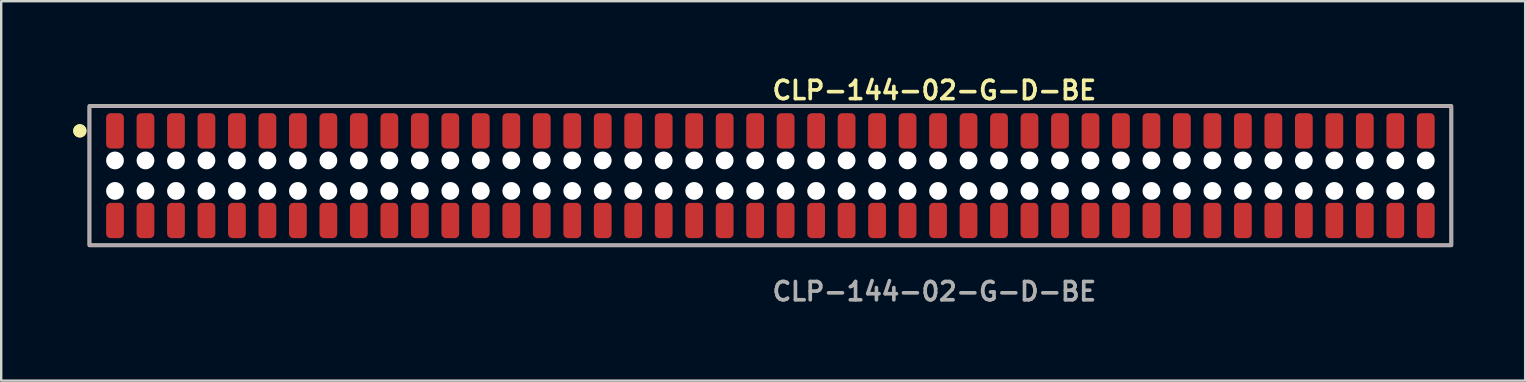
<source format=kicad_pcb>
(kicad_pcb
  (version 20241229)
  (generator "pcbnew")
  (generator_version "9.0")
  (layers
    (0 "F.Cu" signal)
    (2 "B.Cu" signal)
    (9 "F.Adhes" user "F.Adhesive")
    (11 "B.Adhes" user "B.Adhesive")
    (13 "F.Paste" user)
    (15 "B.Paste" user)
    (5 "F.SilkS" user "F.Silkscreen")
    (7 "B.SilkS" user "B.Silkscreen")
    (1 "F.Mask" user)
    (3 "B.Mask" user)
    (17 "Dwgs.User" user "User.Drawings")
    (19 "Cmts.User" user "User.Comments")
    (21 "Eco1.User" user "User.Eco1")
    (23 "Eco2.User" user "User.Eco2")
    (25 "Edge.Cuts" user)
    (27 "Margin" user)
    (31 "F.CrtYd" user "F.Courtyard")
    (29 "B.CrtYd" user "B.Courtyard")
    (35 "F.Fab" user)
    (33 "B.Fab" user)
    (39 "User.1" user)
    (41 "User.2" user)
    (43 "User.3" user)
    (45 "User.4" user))
  (footprint "CLP-144-02-G-D-BE"
    (layer "F.Cu")
    (at 29.046 4.269)
    (property "Reference" "CLP-144-02-G-D-BE" (at 0 -3.556 0) (unlocked yes) (layer "F.SilkS") (effects (font (size 0.762 0.762) (thickness 0.152)) (justify left)))
    (fp_rect (start -28.37 2.9) (end 28.37 -2.9) (stroke (width 0.152) (type solid)) (fill no) (layer "F.SilkS"))
    (fp_circle (center -28.77 -1.867) (end -28.97 -1.867) (stroke (width 0.152) (type solid)) (fill yes) (layer "F.SilkS"))
    (fp_circle (center -28.77 -1.867) (end -28.97 -1.867) (stroke (width 0.152) (type solid)) (fill yes) (layer "F.SilkS"))
    (fp_rect (start -28.37 2.9) (end 28.37 -2.9) (stroke (width 0.006) (type solid)) (fill no) (layer "F.CrtYd"))
    (fp_rect (start -28.37 2.9) (end 28.37 -2.9) (stroke (width 0.152) (type solid)) (fill no) (layer "F.Fab"))
    (fp_text user "${REFERENCE}" (at 0 4.826 0) (unlocked yes) (layer "F.Fab") (effects (font (size 0.762 0.762) (thickness 0.152)) (justify left)))
    (pad "" np_thru_hole circle (at -27.305 -0.635) (size 0.74 0.74) (drill 0.74) (layers "*.Cu" "*.Mask"))
    (pad "" np_thru_hole circle (at -27.305 0.635) (size 0.74 0.74) (drill 0.74) (layers "*.Cu" "*.Mask"))
    (pad "" np_thru_hole circle (at -26.035 -0.635) (size 0.74 0.74) (drill 0.74) (layers "*.Cu" "*.Mask"))
    (pad "" np_thru_hole circle (at -26.035 0.635) (size 0.74 0.74) (drill 0.74) (layers "*.Cu" "*.Mask"))
    (pad "" np_thru_hole circle (at -24.765 -0.635) (size 0.74 0.74) (drill 0.74) (layers "*.Cu" "*.Mask"))
    (pad "" np_thru_hole circle (at -24.765 0.635) (size 0.74 0.74) (drill 0.74) (layers "*.Cu" "*.Mask"))
    (pad "" np_thru_hole circle (at -23.495 -0.635) (size 0.74 0.74) (drill 0.74) (layers "*.Cu" "*.Mask"))
    (pad "" np_thru_hole circle (at -23.495 0.635) (size 0.74 0.74) (drill 0.74) (layers "*.Cu" "*.Mask"))
    (pad "" np_thru_hole circle (at -22.225 -0.635) (size 0.74 0.74) (drill 0.74) (layers "*.Cu" "*.Mask"))
    (pad "" np_thru_hole circle (at -22.225 0.635) (size 0.74 0.74) (drill 0.74) (layers "*.Cu" "*.Mask"))
    (pad "" np_thru_hole circle (at -20.955 -0.635) (size 0.74 0.74) (drill 0.74) (layers "*.Cu" "*.Mask"))
    (pad "" np_thru_hole circle (at -20.955 0.635) (size 0.74 0.74) (drill 0.74) (layers "*.Cu" "*.Mask"))
    (pad "" np_thru_hole circle (at -19.685 -0.635) (size 0.74 0.74) (drill 0.74) (layers "*.Cu" "*.Mask"))
    (pad "" np_thru_hole circle (at -19.685 0.635) (size 0.74 0.74) (drill 0.74) (layers "*.Cu" "*.Mask"))
    (pad "" np_thru_hole circle (at -18.415 -0.635) (size 0.74 0.74) (drill 0.74) (layers "*.Cu" "*.Mask"))
    (pad "" np_thru_hole circle (at -18.415 0.635) (size 0.74 0.74) (drill 0.74) (layers "*.Cu" "*.Mask"))
    (pad "" np_thru_hole circle (at -17.145 -0.635) (size 0.74 0.74) (drill 0.74) (layers "*.Cu" "*.Mask"))
    (pad "" np_thru_hole circle (at -17.145 0.635) (size 0.74 0.74) (drill 0.74) (layers "*.Cu" "*.Mask"))
    (pad "" np_thru_hole circle (at -15.875 -0.635) (size 0.74 0.74) (drill 0.74) (layers "*.Cu" "*.Mask"))
    (pad "" np_thru_hole circle (at -15.875 0.635) (size 0.74 0.74) (drill 0.74) (layers "*.Cu" "*.Mask"))
    (pad "" np_thru_hole circle (at -14.605 -0.635) (size 0.74 0.74) (drill 0.74) (layers "*.Cu" "*.Mask"))
    (pad "" np_thru_hole circle (at -14.605 0.635) (size 0.74 0.74) (drill 0.74) (layers "*.Cu" "*.Mask"))
    (pad "" np_thru_hole circle (at -13.335 -0.635) (size 0.74 0.74) (drill 0.74) (layers "*.Cu" "*.Mask"))
    (pad "" np_thru_hole circle (at -13.335 0.635) (size 0.74 0.74) (drill 0.74) (layers "*.Cu" "*.Mask"))
    (pad "" np_thru_hole circle (at -12.065 -0.635) (size 0.74 0.74) (drill 0.74) (layers "*.Cu" "*.Mask"))
    (pad "" np_thru_hole circle (at -12.065 0.635) (size 0.74 0.74) (drill 0.74) (layers "*.Cu" "*.Mask"))
    (pad "" np_thru_hole circle (at -10.795 -0.635) (size 0.74 0.74) (drill 0.74) (layers "*.Cu" "*.Mask"))
    (pad "" np_thru_hole circle (at -10.795 0.635) (size 0.74 0.74) (drill 0.74) (layers "*.Cu" "*.Mask"))
    (pad "" np_thru_hole circle (at -9.525 -0.635) (size 0.74 0.74) (drill 0.74) (layers "*.Cu" "*.Mask"))
    (pad "" np_thru_hole circle (at -9.525 0.635) (size 0.74 0.74) (drill 0.74) (layers "*.Cu" "*.Mask"))
    (pad "" np_thru_hole circle (at -8.255 -0.635) (size 0.74 0.74) (drill 0.74) (layers "*.Cu" "*.Mask"))
    (pad "" np_thru_hole circle (at -8.255 0.635) (size 0.74 0.74) (drill 0.74) (layers "*.Cu" "*.Mask"))
    (pad "" np_thru_hole circle (at -6.985 -0.635) (size 0.74 0.74) (drill 0.74) (layers "*.Cu" "*.Mask"))
    (pad "" np_thru_hole circle (at -6.985 0.635) (size 0.74 0.74) (drill 0.74) (layers "*.Cu" "*.Mask"))
    (pad "" np_thru_hole circle (at -5.715 -0.635) (size 0.74 0.74) (drill 0.74) (layers "*.Cu" "*.Mask"))
    (pad "" np_thru_hole circle (at -5.715 0.635) (size 0.74 0.74) (drill 0.74) (layers "*.Cu" "*.Mask"))
    (pad "" np_thru_hole circle (at -4.445 -0.635) (size 0.74 0.74) (drill 0.74) (layers "*.Cu" "*.Mask"))
    (pad "" np_thru_hole circle (at -4.445 0.635) (size 0.74 0.74) (drill 0.74) (layers "*.Cu" "*.Mask"))
    (pad "" np_thru_hole circle (at -3.175 -0.635) (size 0.74 0.74) (drill 0.74) (layers "*.Cu" "*.Mask"))
    (pad "" np_thru_hole circle (at -3.175 0.635) (size 0.74 0.74) (drill 0.74) (layers "*.Cu" "*.Mask"))
    (pad "" np_thru_hole circle (at -1.905 -0.635) (size 0.74 0.74) (drill 0.74) (layers "*.Cu" "*.Mask"))
    (pad "" np_thru_hole circle (at -1.905 0.635) (size 0.74 0.74) (drill 0.74) (layers "*.Cu" "*.Mask"))
    (pad "" np_thru_hole circle (at -0.635 -0.635) (size 0.74 0.74) (drill 0.74) (layers "*.Cu" "*.Mask"))
    (pad "" np_thru_hole circle (at -0.635 0.635) (size 0.74 0.74) (drill 0.74) (layers "*.Cu" "*.Mask"))
    (pad "" np_thru_hole circle (at 0.635 -0.635) (size 0.74 0.74) (drill 0.74) (layers "*.Cu" "*.Mask"))
    (pad "" np_thru_hole circle (at 0.635 0.635) (size 0.74 0.74) (drill 0.74) (layers "*.Cu" "*.Mask"))
    (pad "" np_thru_hole circle (at 1.905 -0.635) (size 0.74 0.74) (drill 0.74) (layers "*.Cu" "*.Mask"))
    (pad "" np_thru_hole circle (at 1.905 0.635) (size 0.74 0.74) (drill 0.74) (layers "*.Cu" "*.Mask"))
    (pad "" np_thru_hole circle (at 3.175 -0.635) (size 0.74 0.74) (drill 0.74) (layers "*.Cu" "*.Mask"))
    (pad "" np_thru_hole circle (at 3.175 0.635) (size 0.74 0.74) (drill 0.74) (layers "*.Cu" "*.Mask"))
    (pad "" np_thru_hole circle (at 4.445 -0.635) (size 0.74 0.74) (drill 0.74) (layers "*.Cu" "*.Mask"))
    (pad "" np_thru_hole circle (at 4.445 0.635) (size 0.74 0.74) (drill 0.74) (layers "*.Cu" "*.Mask"))
    (pad "" np_thru_hole circle (at 5.715 -0.635) (size 0.74 0.74) (drill 0.74) (layers "*.Cu" "*.Mask"))
    (pad "" np_thru_hole circle (at 5.715 0.635) (size 0.74 0.74) (drill 0.74) (layers "*.Cu" "*.Mask"))
    (pad "" np_thru_hole circle (at 6.985 -0.635) (size 0.74 0.74) (drill 0.74) (layers "*.Cu" "*.Mask"))
    (pad "" np_thru_hole circle (at 6.985 0.635) (size 0.74 0.74) (drill 0.74) (layers "*.Cu" "*.Mask"))
    (pad "" np_thru_hole circle (at 8.255 -0.635) (size 0.74 0.74) (drill 0.74) (layers "*.Cu" "*.Mask"))
    (pad "" np_thru_hole circle (at 8.255 0.635) (size 0.74 0.74) (drill 0.74) (layers "*.Cu" "*.Mask"))
    (pad "" np_thru_hole circle (at 9.525 -0.635) (size 0.74 0.74) (drill 0.74) (layers "*.Cu" "*.Mask"))
    (pad "" np_thru_hole circle (at 9.525 0.635) (size 0.74 0.74) (drill 0.74) (layers "*.Cu" "*.Mask"))
    (pad "" np_thru_hole circle (at 10.795 -0.635) (size 0.74 0.74) (drill 0.74) (layers "*.Cu" "*.Mask"))
    (pad "" np_thru_hole circle (at 10.795 0.635) (size 0.74 0.74) (drill 0.74) (layers "*.Cu" "*.Mask"))
    (pad "" np_thru_hole circle (at 12.065 -0.635) (size 0.74 0.74) (drill 0.74) (layers "*.Cu" "*.Mask"))
    (pad "" np_thru_hole circle (at 12.065 0.635) (size 0.74 0.74) (drill 0.74) (layers "*.Cu" "*.Mask"))
    (pad "" np_thru_hole circle (at 13.335 -0.635) (size 0.74 0.74) (drill 0.74) (layers "*.Cu" "*.Mask"))
    (pad "" np_thru_hole circle (at 13.335 0.635) (size 0.74 0.74) (drill 0.74) (layers "*.Cu" "*.Mask"))
    (pad "" np_thru_hole circle (at 14.605 -0.635) (size 0.74 0.74) (drill 0.74) (layers "*.Cu" "*.Mask"))
    (pad "" np_thru_hole circle (at 14.605 0.635) (size 0.74 0.74) (drill 0.74) (layers "*.Cu" "*.Mask"))
    (pad "" np_thru_hole circle (at 15.875 -0.635) (size 0.74 0.74) (drill 0.74) (layers "*.Cu" "*.Mask"))
    (pad "" np_thru_hole circle (at 15.875 0.635) (size 0.74 0.74) (drill 0.74) (layers "*.Cu" "*.Mask"))
    (pad "" np_thru_hole circle (at 17.145 -0.635) (size 0.74 0.74) (drill 0.74) (layers "*.Cu" "*.Mask"))
    (pad "" np_thru_hole circle (at 17.145 0.635) (size 0.74 0.74) (drill 0.74) (layers "*.Cu" "*.Mask"))
    (pad "" np_thru_hole circle (at 18.415 -0.635) (size 0.74 0.74) (drill 0.74) (layers "*.Cu" "*.Mask"))
    (pad "" np_thru_hole circle (at 18.415 0.635) (size 0.74 0.74) (drill 0.74) (layers "*.Cu" "*.Mask"))
    (pad "" np_thru_hole circle (at 19.685 -0.635) (size 0.74 0.74) (drill 0.74) (layers "*.Cu" "*.Mask"))
    (pad "" np_thru_hole circle (at 19.685 0.635) (size 0.74 0.74) (drill 0.74) (layers "*.Cu" "*.Mask"))
    (pad "" np_thru_hole circle (at 20.955 -0.635) (size 0.74 0.74) (drill 0.74) (layers "*.Cu" "*.Mask"))
    (pad "" np_thru_hole circle (at 20.955 0.635) (size 0.74 0.74) (drill 0.74) (layers "*.Cu" "*.Mask"))
    (pad "" np_thru_hole circle (at 22.225 -0.635) (size 0.74 0.74) (drill 0.74) (layers "*.Cu" "*.Mask"))
    (pad "" np_thru_hole circle (at 22.225 0.635) (size 0.74 0.74) (drill 0.74) (layers "*.Cu" "*.Mask"))
    (pad "" np_thru_hole circle (at 23.495 -0.635) (size 0.74 0.74) (drill 0.74) (layers "*.Cu" "*.Mask"))
    (pad "" np_thru_hole circle (at 23.495 0.635) (size 0.74 0.74) (drill 0.74) (layers "*.Cu" "*.Mask"))
    (pad "" np_thru_hole circle (at 24.765 -0.635) (size 0.74 0.74) (drill 0.74) (layers "*.Cu" "*.Mask"))
    (pad "" np_thru_hole circle (at 24.765 0.635) (size 0.74 0.74) (drill 0.74) (layers "*.Cu" "*.Mask"))
    (pad "" np_thru_hole circle (at 26.035 -0.635) (size 0.74 0.74) (drill 0.74) (layers "*.Cu" "*.Mask"))
    (pad "" np_thru_hole circle (at 26.035 0.635) (size 0.74 0.74) (drill 0.74) (layers "*.Cu" "*.Mask"))
    (pad "" np_thru_hole circle (at 27.305 -0.635) (size 0.74 0.74) (drill 0.74) (layers "*.Cu" "*.Mask"))
    (pad "" np_thru_hole circle (at 27.305 0.635) (size 0.74 0.74) (drill 0.74) (layers "*.Cu" "*.Mask"))
    (pad "1" smd roundrect (at -27.305 -1.867) (size 0.74 1.47) (layers "F.Cu" "F.Paste") (roundrect_rratio 0.25))
    (pad "2" smd roundrect (at -27.305 1.867) (size 0.74 1.47) (layers "F.Cu" "F.Paste") (roundrect_rratio 0.25))
    (pad "3" smd roundrect (at -26.035 -1.867) (size 0.74 1.47) (layers "F.Cu" "F.Paste") (roundrect_rratio 0.25))
    (pad "4" smd roundrect (at -26.035 1.867) (size 0.74 1.47) (layers "F.Cu" "F.Paste") (roundrect_rratio 0.25))
    (pad "5" smd roundrect (at -24.765 -1.867) (size 0.74 1.47) (layers "F.Cu" "F.Paste") (roundrect_rratio 0.25))
    (pad "6" smd roundrect (at -24.765 1.867) (size 0.74 1.47) (layers "F.Cu" "F.Paste") (roundrect_rratio 0.25))
    (pad "7" smd roundrect (at -23.495 -1.867) (size 0.74 1.47) (layers "F.Cu" "F.Paste") (roundrect_rratio 0.25))
    (pad "8" smd roundrect (at -23.495 1.867) (size 0.74 1.47) (layers "F.Cu" "F.Paste") (roundrect_rratio 0.25))
    (pad "9" smd roundrect (at -22.225 -1.867) (size 0.74 1.47) (layers "F.Cu" "F.Paste") (roundrect_rratio 0.25))
    (pad "10" smd roundrect (at -22.225 1.867) (size 0.74 1.47) (layers "F.Cu" "F.Paste") (roundrect_rratio 0.25))
    (pad "11" smd roundrect (at -20.955 -1.867) (size 0.74 1.47) (layers "F.Cu" "F.Paste") (roundrect_rratio 0.25))
    (pad "12" smd roundrect (at -20.955 1.867) (size 0.74 1.47) (layers "F.Cu" "F.Paste") (roundrect_rratio 0.25))
    (pad "13" smd roundrect (at -19.685 -1.867) (size 0.74 1.47) (layers "F.Cu" "F.Paste") (roundrect_rratio 0.25))
    (pad "14" smd roundrect (at -19.685 1.867) (size 0.74 1.47) (layers "F.Cu" "F.Paste") (roundrect_rratio 0.25))
    (pad "15" smd roundrect (at -18.415 -1.867) (size 0.74 1.47) (layers "F.Cu" "F.Paste") (roundrect_rratio 0.25))
    (pad "16" smd roundrect (at -18.415 1.867) (size 0.74 1.47) (layers "F.Cu" "F.Paste") (roundrect_rratio 0.25))
    (pad "17" smd roundrect (at -17.145 -1.867) (size 0.74 1.47) (layers "F.Cu" "F.Paste") (roundrect_rratio 0.25))
    (pad "18" smd roundrect (at -17.145 1.867) (size 0.74 1.47) (layers "F.Cu" "F.Paste") (roundrect_rratio 0.25))
    (pad "19" smd roundrect (at -15.875 -1.867) (size 0.74 1.47) (layers "F.Cu" "F.Paste") (roundrect_rratio 0.25))
    (pad "20" smd roundrect (at -15.875 1.867) (size 0.74 1.47) (layers "F.Cu" "F.Paste") (roundrect_rratio 0.25))
    (pad "21" smd roundrect (at -14.605 -1.867) (size 0.74 1.47) (layers "F.Cu" "F.Paste") (roundrect_rratio 0.25))
    (pad "22" smd roundrect (at -14.605 1.867) (size 0.74 1.47) (layers "F.Cu" "F.Paste") (roundrect_rratio 0.25))
    (pad "23" smd roundrect (at -13.335 -1.867) (size 0.74 1.47) (layers "F.Cu" "F.Paste") (roundrect_rratio 0.25))
    (pad "24" smd roundrect (at -13.335 1.867) (size 0.74 1.47) (layers "F.Cu" "F.Paste") (roundrect_rratio 0.25))
    (pad "25" smd roundrect (at -12.065 -1.867) (size 0.74 1.47) (layers "F.Cu" "F.Paste") (roundrect_rratio 0.25))
    (pad "26" smd roundrect (at -12.065 1.867) (size 0.74 1.47) (layers "F.Cu" "F.Paste") (roundrect_rratio 0.25))
    (pad "27" smd roundrect (at -10.795 -1.867) (size 0.74 1.47) (layers "F.Cu" "F.Paste") (roundrect_rratio 0.25))
    (pad "28" smd roundrect (at -10.795 1.867) (size 0.74 1.47) (layers "F.Cu" "F.Paste") (roundrect_rratio 0.25))
    (pad "29" smd roundrect (at -9.525 -1.867) (size 0.74 1.47) (layers "F.Cu" "F.Paste") (roundrect_rratio 0.25))
    (pad "30" smd roundrect (at -9.525 1.867) (size 0.74 1.47) (layers "F.Cu" "F.Paste") (roundrect_rratio 0.25))
    (pad "31" smd roundrect (at -8.255 -1.867) (size 0.74 1.47) (layers "F.Cu" "F.Paste") (roundrect_rratio 0.25))
    (pad "32" smd roundrect (at -8.255 1.867) (size 0.74 1.47) (layers "F.Cu" "F.Paste") (roundrect_rratio 0.25))
    (pad "33" smd roundrect (at -6.985 -1.867) (size 0.74 1.47) (layers "F.Cu" "F.Paste") (roundrect_rratio 0.25))
    (pad "34" smd roundrect (at -6.985 1.867) (size 0.74 1.47) (layers "F.Cu" "F.Paste") (roundrect_rratio 0.25))
    (pad "35" smd roundrect (at -5.715 -1.867) (size 0.74 1.47) (layers "F.Cu" "F.Paste") (roundrect_rratio 0.25))
    (pad "36" smd roundrect (at -5.715 1.867) (size 0.74 1.47) (layers "F.Cu" "F.Paste") (roundrect_rratio 0.25))
    (pad "37" smd roundrect (at -4.445 -1.867) (size 0.74 1.47) (layers "F.Cu" "F.Paste") (roundrect_rratio 0.25))
    (pad "38" smd roundrect (at -4.445 1.867) (size 0.74 1.47) (layers "F.Cu" "F.Paste") (roundrect_rratio 0.25))
    (pad "39" smd roundrect (at -3.175 -1.867) (size 0.74 1.47) (layers "F.Cu" "F.Paste") (roundrect_rratio 0.25))
    (pad "40" smd roundrect (at -3.175 1.867) (size 0.74 1.47) (layers "F.Cu" "F.Paste") (roundrect_rratio 0.25))
    (pad "41" smd roundrect (at -1.905 -1.867) (size 0.74 1.47) (layers "F.Cu" "F.Paste") (roundrect_rratio 0.25))
    (pad "42" smd roundrect (at -1.905 1.867) (size 0.74 1.47) (layers "F.Cu" "F.Paste") (roundrect_rratio 0.25))
    (pad "43" smd roundrect (at -0.635 -1.867) (size 0.74 1.47) (layers "F.Cu" "F.Paste") (roundrect_rratio 0.25))
    (pad "44" smd roundrect (at -0.635 1.867) (size 0.74 1.47) (layers "F.Cu" "F.Paste") (roundrect_rratio 0.25))
    (pad "45" smd roundrect (at 0.635 -1.867) (size 0.74 1.47) (layers "F.Cu" "F.Paste") (roundrect_rratio 0.25))
    (pad "46" smd roundrect (at 0.635 1.867) (size 0.74 1.47) (layers "F.Cu" "F.Paste") (roundrect_rratio 0.25))
    (pad "47" smd roundrect (at 1.905 -1.867) (size 0.74 1.47) (layers "F.Cu" "F.Paste") (roundrect_rratio 0.25))
    (pad "48" smd roundrect (at 1.905 1.867) (size 0.74 1.47) (layers "F.Cu" "F.Paste") (roundrect_rratio 0.25))
    (pad "49" smd roundrect (at 3.175 -1.867) (size 0.74 1.47) (layers "F.Cu" "F.Paste") (roundrect_rratio 0.25))
    (pad "50" smd roundrect (at 3.175 1.867) (size 0.74 1.47) (layers "F.Cu" "F.Paste") (roundrect_rratio 0.25))
    (pad "51" smd roundrect (at 4.445 -1.867) (size 0.74 1.47) (layers "F.Cu" "F.Paste") (roundrect_rratio 0.25))
    (pad "52" smd roundrect (at 4.445 1.867) (size 0.74 1.47) (layers "F.Cu" "F.Paste") (roundrect_rratio 0.25))
    (pad "53" smd roundrect (at 5.715 -1.867) (size 0.74 1.47) (layers "F.Cu" "F.Paste") (roundrect_rratio 0.25))
    (pad "54" smd roundrect (at 5.715 1.867) (size 0.74 1.47) (layers "F.Cu" "F.Paste") (roundrect_rratio 0.25))
    (pad "55" smd roundrect (at 6.985 -1.867) (size 0.74 1.47) (layers "F.Cu" "F.Paste") (roundrect_rratio 0.25))
    (pad "56" smd roundrect (at 6.985 1.867) (size 0.74 1.47) (layers "F.Cu" "F.Paste") (roundrect_rratio 0.25))
    (pad "57" smd roundrect (at 8.255 -1.867) (size 0.74 1.47) (layers "F.Cu" "F.Paste") (roundrect_rratio 0.25))
    (pad "58" smd roundrect (at 8.255 1.867) (size 0.74 1.47) (layers "F.Cu" "F.Paste") (roundrect_rratio 0.25))
    (pad "59" smd roundrect (at 9.525 -1.867) (size 0.74 1.47) (layers "F.Cu" "F.Paste") (roundrect_rratio 0.25))
    (pad "60" smd roundrect (at 9.525 1.867) (size 0.74 1.47) (layers "F.Cu" "F.Paste") (roundrect_rratio 0.25))
    (pad "61" smd roundrect (at 10.795 -1.867) (size 0.74 1.47) (layers "F.Cu" "F.Paste") (roundrect_rratio 0.25))
    (pad "62" smd roundrect (at 10.795 1.867) (size 0.74 1.47) (layers "F.Cu" "F.Paste") (roundrect_rratio 0.25))
    (pad "63" smd roundrect (at 12.065 -1.867) (size 0.74 1.47) (layers "F.Cu" "F.Paste") (roundrect_rratio 0.25))
    (pad "64" smd roundrect (at 12.065 1.867) (size 0.74 1.47) (layers "F.Cu" "F.Paste") (roundrect_rratio 0.25))
    (pad "65" smd roundrect (at 13.335 -1.867) (size 0.74 1.47) (layers "F.Cu" "F.Paste") (roundrect_rratio 0.25))
    (pad "66" smd roundrect (at 13.335 1.867) (size 0.74 1.47) (layers "F.Cu" "F.Paste") (roundrect_rratio 0.25))
    (pad "67" smd roundrect (at 14.605 -1.867) (size 0.74 1.47) (layers "F.Cu" "F.Paste") (roundrect_rratio 0.25))
    (pad "68" smd roundrect (at 14.605 1.867) (size 0.74 1.47) (layers "F.Cu" "F.Paste") (roundrect_rratio 0.25))
    (pad "69" smd roundrect (at 15.875 -1.867) (size 0.74 1.47) (layers "F.Cu" "F.Paste") (roundrect_rratio 0.25))
    (pad "70" smd roundrect (at 15.875 1.867) (size 0.74 1.47) (layers "F.Cu" "F.Paste") (roundrect_rratio 0.25))
    (pad "71" smd roundrect (at 17.145 -1.867) (size 0.74 1.47) (layers "F.Cu" "F.Paste") (roundrect_rratio 0.25))
    (pad "72" smd roundrect (at 17.145 1.867) (size 0.74 1.47) (layers "F.Cu" "F.Paste") (roundrect_rratio 0.25))
    (pad "73" smd roundrect (at 18.415 -1.867) (size 0.74 1.47) (layers "F.Cu" "F.Paste") (roundrect_rratio 0.25))
    (pad "74" smd roundrect (at 18.415 1.867) (size 0.74 1.47) (layers "F.Cu" "F.Paste") (roundrect_rratio 0.25))
    (pad "75" smd roundrect (at 19.685 -1.867) (size 0.74 1.47) (layers "F.Cu" "F.Paste") (roundrect_rratio 0.25))
    (pad "76" smd roundrect (at 19.685 1.867) (size 0.74 1.47) (layers "F.Cu" "F.Paste") (roundrect_rratio 0.25))
    (pad "77" smd roundrect (at 20.955 -1.867) (size 0.74 1.47) (layers "F.Cu" "F.Paste") (roundrect_rratio 0.25))
    (pad "78" smd roundrect (at 20.955 1.867) (size 0.74 1.47) (layers "F.Cu" "F.Paste") (roundrect_rratio 0.25))
    (pad "79" smd roundrect (at 22.225 -1.867) (size 0.74 1.47) (layers "F.Cu" "F.Paste") (roundrect_rratio 0.25))
    (pad "80" smd roundrect (at 22.225 1.867) (size 0.74 1.47) (layers "F.Cu" "F.Paste") (roundrect_rratio 0.25))
    (pad "81" smd roundrect (at 23.495 -1.867) (size 0.74 1.47) (layers "F.Cu" "F.Paste") (roundrect_rratio 0.25))
    (pad "82" smd roundrect (at 23.495 1.867) (size 0.74 1.47) (layers "F.Cu" "F.Paste") (roundrect_rratio 0.25))
    (pad "83" smd roundrect (at 24.765 -1.867) (size 0.74 1.47) (layers "F.Cu" "F.Paste") (roundrect_rratio 0.25))
    (pad "84" smd roundrect (at 24.765 1.867) (size 0.74 1.47) (layers "F.Cu" "F.Paste") (roundrect_rratio 0.25))
    (pad "85" smd roundrect (at 26.035 -1.867) (size 0.74 1.47) (layers "F.Cu" "F.Paste") (roundrect_rratio 0.25))
    (pad "86" smd roundrect (at 26.035 1.867) (size 0.74 1.47) (layers "F.Cu" "F.Paste") (roundrect_rratio 0.25))
    (pad "87" smd roundrect (at 27.305 -1.867) (size 0.74 1.47) (layers "F.Cu" "F.Paste") (roundrect_rratio 0.25))
    (pad "88" smd roundrect (at 27.305 1.867) (size 0.74 1.47) (layers "F.Cu" "F.Paste") (roundrect_rratio 0.25)))
  (gr_rect
    (start -3 -3)
    (end 60.492 12.808)
    (stroke (width 0.1) (type default))
    (fill no)
    (layer "Edge.Cuts")))
</source>
